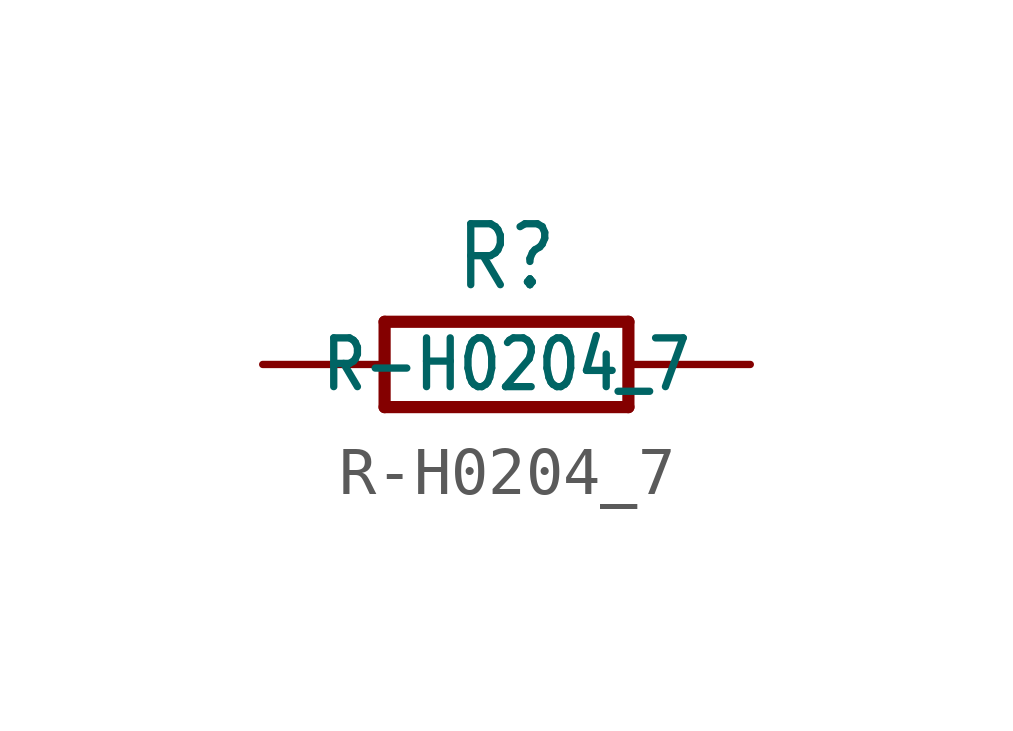
<source format=kicad_sym>
(kicad_symbol_lib
  (version 20201005)
  (generator kicad_symbol_editor)
  (symbol "R-H0204_7"
    (property "Reference" "R"
      (at 0 1.499 0)
      (effects (font (size 1.27 1.079)) (justify bottom)))
    (property "Value" "R-H0204_7"
      (at 0 0 0)
      (effects (font (size 1.016 0.864))))
    (property "ki_locked" ""
      (at 0 0 0)
      (effects (font (size 1.27 1.27))))
    (symbol "R-H0204_7_1_0"
      (polyline (pts (xy -2.54 -0.889) (xy -2.54 0.889)) (stroke (width 0.254)) (fill (type none)))
      (polyline (pts (xy -2.54 -0.889) (xy 2.54 -0.889)) (stroke (width 0.254)) (fill (type none)))
      (polyline (pts (xy 2.54 -0.889) (xy 2.54 0.889)) (stroke (width 0.254)) (fill (type none)))
      (polyline (pts (xy 2.54 0.889) (xy -2.54 0.889)) (stroke (width 0.254)) (fill (type none)))
      (pin passive line (at -5.08 0 0) (length 2.54) (name "1" (effects (font (size 0 0)))) (number "1" (effects (font (size 0 0)))))
      (pin passive line (at 5.08 0 180) (length 2.54) (name "2" (effects (font (size 0 0)))) (number "2" (effects (font (size 0 0))))))))
</source>
